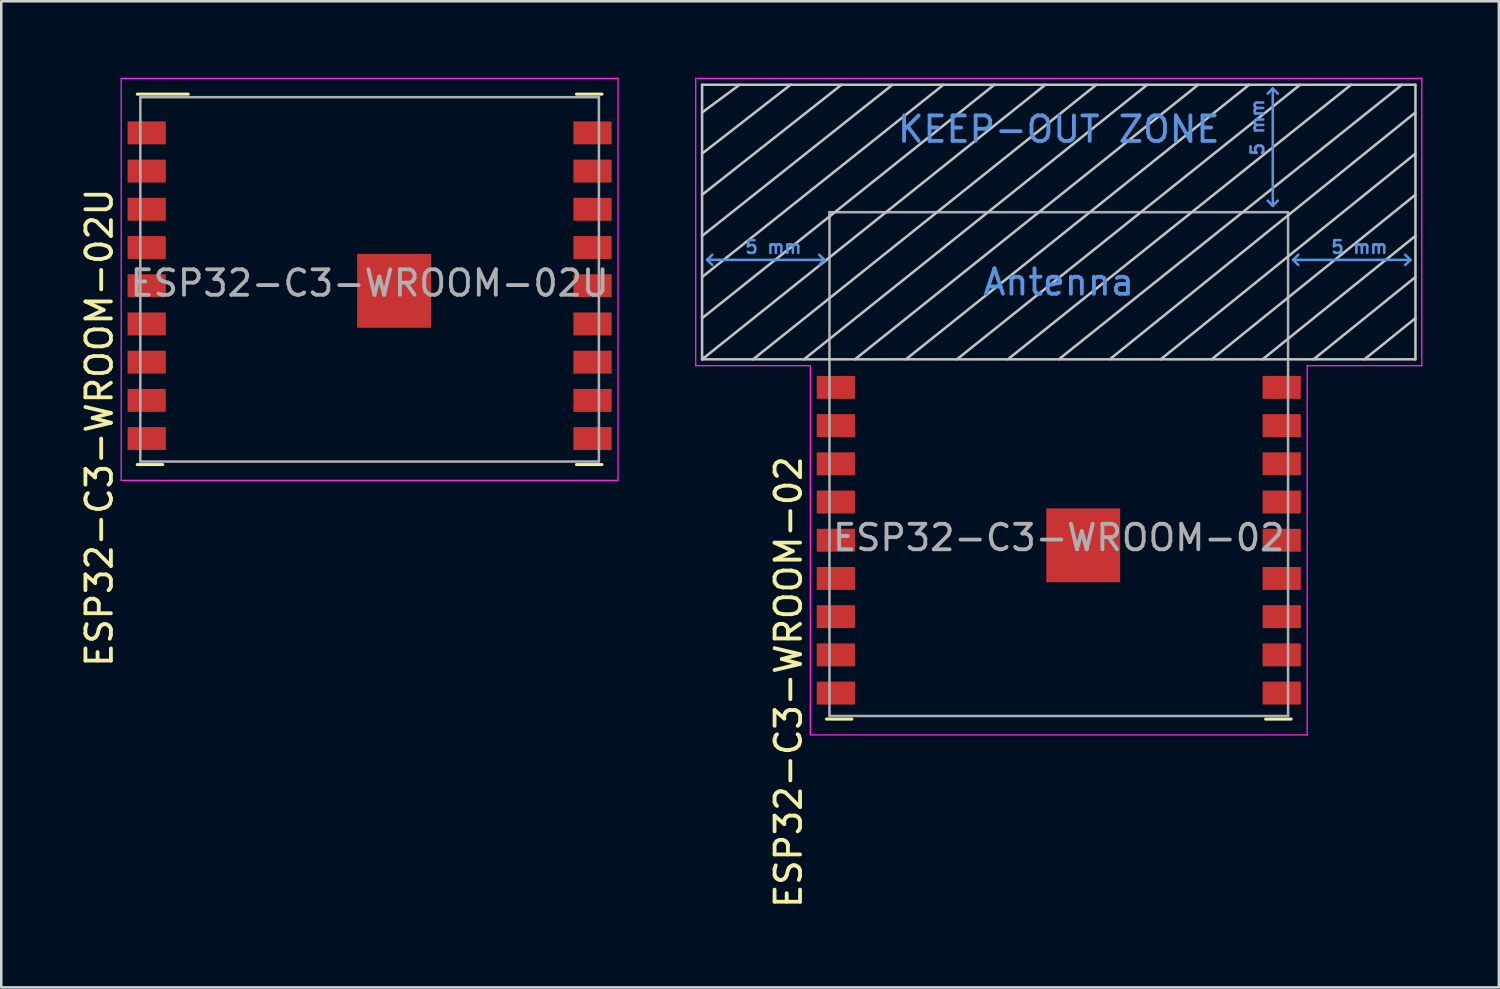
<source format=kicad_pcb>
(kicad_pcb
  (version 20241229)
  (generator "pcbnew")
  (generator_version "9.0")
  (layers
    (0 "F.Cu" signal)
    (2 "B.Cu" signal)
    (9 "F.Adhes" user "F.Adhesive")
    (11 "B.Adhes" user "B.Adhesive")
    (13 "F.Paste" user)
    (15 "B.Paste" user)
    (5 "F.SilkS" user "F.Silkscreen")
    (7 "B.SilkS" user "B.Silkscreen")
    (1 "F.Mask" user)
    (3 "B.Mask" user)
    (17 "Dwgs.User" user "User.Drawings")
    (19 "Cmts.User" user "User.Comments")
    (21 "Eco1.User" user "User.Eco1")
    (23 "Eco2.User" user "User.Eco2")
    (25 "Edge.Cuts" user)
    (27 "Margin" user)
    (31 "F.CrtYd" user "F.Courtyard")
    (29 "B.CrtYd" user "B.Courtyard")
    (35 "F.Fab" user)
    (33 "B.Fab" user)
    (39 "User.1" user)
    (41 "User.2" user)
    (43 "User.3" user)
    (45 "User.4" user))
  (footprint "ESP32-C3-WROOM-02U"
    (layer "F.Cu")
    (at 11.458 8.165)
    (property "Reference" "ESP32-C3-WROOM-02U" (at -10.61 5.57 90) (layer "F.SilkS") (effects (font (size 1 1) (thickness 0.15))))
    (attr smd)
    (fp_line (start -9.12 -7.52) (end -7.12 -7.52) (stroke (width 0.12) (type solid)) (layer "F.SilkS"))
    (fp_line (start -9.12 7.02) (end -8.12 7.02) (stroke (width 0.12) (type solid)) (layer "F.SilkS"))
    (fp_line (start 8.12 -7.52) (end 9.12 -7.52) (stroke (width 0.12) (type solid)) (layer "F.SilkS"))
    (fp_line (start 9.12 7.02) (end 8.12 7.02) (stroke (width 0.12) (type solid)) (layer "F.SilkS"))
    (fp_line (start -9.75 -8.14) (end 9.75 -8.14) (stroke (width 0.05) (type solid)) (layer "F.CrtYd"))
    (fp_line (start -9.75 7.64) (end -9.75 -8.14) (stroke (width 0.05) (type solid)) (layer "F.CrtYd"))
    (fp_line (start -9.75 7.64) (end 9.75 7.64) (stroke (width 0.05) (type solid)) (layer "F.CrtYd"))
    (fp_line (start 9.75 -8.14) (end 9.75 7.64) (stroke (width 0.05) (type solid)) (layer "F.CrtYd"))
    (fp_line (start -9 -7.4) (end -9 6.9) (stroke (width 0.1) (type solid)) (layer "F.Fab"))
    (fp_line (start -9 -7.4) (end 9 -7.4) (stroke (width 0.1) (type solid)) (layer "F.Fab"))
    (fp_line (start -9 6.9) (end 9 6.9) (stroke (width 0.1) (type solid)) (layer "F.Fab"))
    (fp_line (start 9 6.9) (end 9 -7.4) (stroke (width 0.1) (type solid)) (layer "F.Fab"))
    (fp_text user "${REFERENCE}" (at 0 -0.1 0) (layer "F.Fab") (effects (font (size 1 1) (thickness 0.15))))
    (pad "1" smd rect (at -8.75 -6) (size 1.5 0.9) (layers "F.Cu" "F.Mask" "F.Paste"))
    (pad "2" smd rect (at -8.75 -4.5) (size 1.5 0.9) (layers "F.Cu" "F.Mask" "F.Paste"))
    (pad "3" smd rect (at -8.75 -3) (size 1.5 0.9) (layers "F.Cu" "F.Mask" "F.Paste"))
    (pad "4" smd rect (at -8.75 -1.5) (size 1.5 0.9) (layers "F.Cu" "F.Mask" "F.Paste"))
    (pad "5" smd rect (at -8.75 0) (size 1.5 0.9) (layers "F.Cu" "F.Mask" "F.Paste"))
    (pad "6" smd rect (at -8.75 1.5) (size 1.5 0.9) (layers "F.Cu" "F.Mask" "F.Paste"))
    (pad "7" smd rect (at -8.75 3) (size 1.5 0.9) (layers "F.Cu" "F.Mask" "F.Paste"))
    (pad "8" smd rect (at -8.75 4.5) (size 1.5 0.9) (layers "F.Cu" "F.Mask" "F.Paste"))
    (pad "9" smd rect (at -8.75 6) (size 1.5 0.9) (layers "F.Cu" "F.Mask" "F.Paste"))
    (pad "10" smd rect (at 8.75 6) (size 1.5 0.9) (layers "F.Cu" "F.Mask" "F.Paste"))
    (pad "11" smd rect (at 8.75 4.5) (size 1.5 0.9) (layers "F.Cu" "F.Mask" "F.Paste"))
    (pad "12" smd rect (at 8.75 3) (size 1.5 0.9) (layers "F.Cu" "F.Mask" "F.Paste"))
    (pad "13" smd rect (at 8.75 1.5) (size 1.5 0.9) (layers "F.Cu" "F.Mask" "F.Paste"))
    (pad "14" smd rect (at 8.75 0) (size 1.5 0.9) (layers "F.Cu" "F.Mask" "F.Paste"))
    (pad "15" smd rect (at 8.75 -1.5) (size 1.5 0.9) (layers "F.Cu" "F.Mask" "F.Paste"))
    (pad "16" smd rect (at 8.75 -3) (size 1.5 0.9) (layers "F.Cu" "F.Mask" "F.Paste"))
    (pad "17" smd rect (at 8.75 -4.5) (size 1.5 0.9) (layers "F.Cu" "F.Mask" "F.Paste"))
    (pad "18" smd rect (at 8.75 -6) (size 1.5 0.9) (layers "F.Cu" "F.Mask" "F.Paste"))
    (pad "19" smd rect (at 0.96 0.2) (size 2.9 2.9) (layers "F.Cu" "F.Mask" "F.Paste")))
  (footprint "ESP32-C3-WROOM-02"
    (layer "F.Cu")
    (at 38.508 18.155)
    (property "Reference" "ESP32-C3-WROOM-02" (at -10.61 5.57 90) (layer "F.SilkS") (effects (font (size 1 1) (thickness 0.15))))
    (attr smd)
    (fp_line (start -9.12 7.02) (end -8.12 7.02) (stroke (width 0.12) (type solid)) (layer "F.SilkS"))
    (fp_line (start 9.12 7.02) (end 8.12 7.02) (stroke (width 0.12) (type solid)) (layer "F.SilkS"))
    (fp_line (start -14 -7.1) (end -14 -17.88) (stroke (width 0.1) (type solid)) (layer "Dwgs.User"))
    (fp_line (start -12.525 -17.88) (end -14 -16.79) (stroke (width 0.1) (type solid)) (layer "Dwgs.User"))
    (fp_line (start -10.525 -17.88) (end -14 -15.175) (stroke (width 0.1) (type solid)) (layer "Dwgs.User"))
    (fp_line (start -8.525 -17.88) (end -14 -13.56) (stroke (width 0.1) (type solid)) (layer "Dwgs.User"))
    (fp_line (start -8 -7.1) (end 5.475 -17.88) (stroke (width 0.1) (type solid)) (layer "Dwgs.User"))
    (fp_line (start -6.525 -17.88) (end -14 -11.945) (stroke (width 0.1) (type solid)) (layer "Dwgs.User"))
    (fp_line (start -4.525 -17.88) (end -14 -10.33) (stroke (width 0.1) (type solid)) (layer "Dwgs.User"))
    (fp_line (start -2.525 -17.88) (end -14 -8.715) (stroke (width 0.1) (type solid)) (layer "Dwgs.User"))
    (fp_line (start -0.525 -17.88) (end -14 -7.1) (stroke (width 0.1) (type solid)) (layer "Dwgs.User"))
    (fp_line (start 1.475 -17.88) (end -12 -7.1) (stroke (width 0.1) (type solid)) (layer "Dwgs.User"))
    (fp_line (start 3.475 -17.88) (end -10 -7.1) (stroke (width 0.1) (type solid)) (layer "Dwgs.User"))
    (fp_line (start 7.475 -17.88) (end -6 -7.1) (stroke (width 0.1) (type solid)) (layer "Dwgs.User"))
    (fp_line (start 9.475 -17.88) (end -4 -7.1) (stroke (width 0.1) (type solid)) (layer "Dwgs.User"))
    (fp_line (start 11.475 -17.88) (end -2 -7.1) (stroke (width 0.1) (type solid)) (layer "Dwgs.User"))
    (fp_line (start 13.475 -17.88) (end 0 -7.1) (stroke (width 0.1) (type solid)) (layer "Dwgs.User"))
    (fp_line (start 14 -17.88) (end -14 -17.88) (stroke (width 0.1) (type solid)) (layer "Dwgs.User"))
    (fp_line (start 14 -16.79) (end 2 -7.1) (stroke (width 0.1) (type solid)) (layer "Dwgs.User"))
    (fp_line (start 14 -15.175) (end 4 -7.1) (stroke (width 0.1) (type solid)) (layer "Dwgs.User"))
    (fp_line (start 14 -13.56) (end 6 -7.1) (stroke (width 0.1) (type solid)) (layer "Dwgs.User"))
    (fp_line (start 14 -11.945) (end 8 -7.1) (stroke (width 0.1) (type solid)) (layer "Dwgs.User"))
    (fp_line (start 14 -10.33) (end 10 -7.1) (stroke (width 0.1) (type solid)) (layer "Dwgs.User"))
    (fp_line (start 14 -8.715) (end 12 -7.1) (stroke (width 0.1) (type solid)) (layer "Dwgs.User"))
    (fp_line (start 14 -7.1) (end -14 -7.1) (stroke (width 0.1) (type solid)) (layer "Dwgs.User"))
    (fp_line (start 14 -7.1) (end 14 -17.88) (stroke (width 0.1) (type solid)) (layer "Dwgs.User"))
    (fp_line (start -13.8 -11.005) (end -13.6 -11.205) (stroke (width 0.1) (type solid)) (layer "Cmts.User"))
    (fp_line (start -13.8 -11.005) (end -13.6 -10.805) (stroke (width 0.1) (type solid)) (layer "Cmts.User"))
    (fp_line (start -13.8 -11.005) (end -9.2 -11.005) (stroke (width 0.1) (type solid)) (layer "Cmts.User"))
    (fp_line (start -9.2 -11.005) (end -9.4 -11.205) (stroke (width 0.1) (type solid)) (layer "Cmts.User"))
    (fp_line (start -9.2 -11.005) (end -9.4 -10.805) (stroke (width 0.1) (type solid)) (layer "Cmts.User"))
    (fp_line (start 8.4 -17.73) (end 8.2 -17.53) (stroke (width 0.1) (type solid)) (layer "Cmts.User"))
    (fp_line (start 8.4 -17.73) (end 8.6 -17.53) (stroke (width 0.1) (type solid)) (layer "Cmts.User"))
    (fp_line (start 8.4 -13.13) (end 8.2 -13.33) (stroke (width 0.1) (type solid)) (layer "Cmts.User"))
    (fp_line (start 8.4 -13.13) (end 8.4 -17.73) (stroke (width 0.1) (type solid)) (layer "Cmts.User"))
    (fp_line (start 8.4 -13.13) (end 8.6 -13.33) (stroke (width 0.1) (type solid)) (layer "Cmts.User"))
    (fp_line (start 9.2 -11.005) (end 9.4 -11.205) (stroke (width 0.1) (type solid)) (layer "Cmts.User"))
    (fp_line (start 9.2 -11.005) (end 9.4 -10.805) (stroke (width 0.1) (type solid)) (layer "Cmts.User"))
    (fp_line (start 9.2 -11.005) (end 13.8 -11.005) (stroke (width 0.1) (type solid)) (layer "Cmts.User"))
    (fp_line (start 13.8 -11.005) (end 13.6 -11.205) (stroke (width 0.1) (type solid)) (layer "Cmts.User"))
    (fp_line (start 13.8 -11.005) (end 13.6 -10.805) (stroke (width 0.1) (type solid)) (layer "Cmts.User"))
    (fp_line (start -14.25 -18.13) (end -14.25 -6.85) (stroke (width 0.05) (type solid)) (layer "F.CrtYd"))
    (fp_line (start -14.25 -18.13) (end 14.25 -18.13) (stroke (width 0.05) (type solid)) (layer "F.CrtYd"))
    (fp_line (start -14.25 -6.85) (end -9.75 -6.85) (stroke (width 0.05) (type solid)) (layer "F.CrtYd"))
    (fp_line (start -9.75 7.64) (end -9.75 -6.85) (stroke (width 0.05) (type solid)) (layer "F.CrtYd"))
    (fp_line (start -9.75 7.64) (end 9.75 7.64) (stroke (width 0.05) (type solid)) (layer "F.CrtYd"))
    (fp_line (start 9.75 -6.85) (end 9.75 7.64) (stroke (width 0.05) (type solid)) (layer "F.CrtYd"))
    (fp_line (start 9.75 -6.85) (end 14.25 -6.85) (stroke (width 0.05) (type solid)) (layer "F.CrtYd"))
    (fp_line (start 14.25 -18.13) (end 14.25 -6.85) (stroke (width 0.05) (type solid)) (layer "F.CrtYd"))
    (fp_line (start -9 -12.875) (end -9 6.9) (stroke (width 0.1) (type solid)) (layer "F.Fab"))
    (fp_line (start -9 -12.875) (end 9 -12.875) (stroke (width 0.1) (type solid)) (layer "F.Fab"))
    (fp_line (start -9 6.9) (end 9 6.9) (stroke (width 0.1) (type solid)) (layer "F.Fab"))
    (fp_line (start 9 6.9) (end 9 -12.875) (stroke (width 0.1) (type solid)) (layer "F.Fab"))
    (fp_text user "KEEP-OUT ZONE" (at 0 -16.13 0) (layer "Cmts.User") (effects (font (size 1 1) (thickness 0.15))))
    (fp_text user "5 mm" (at 11.8 -11.505 0) (layer "Cmts.User") (effects (font (size 0.5 0.5) (thickness 0.1))))
    (fp_text user "Antenna" (at 0 -10.13 0) (layer "Cmts.User") (effects (font (size 1 1) (thickness 0.15))))
    (fp_text user "5 mm" (at 7.8 -16.205 90) (layer "Cmts.User") (effects (font (size 0.5 0.5) (thickness 0.1))))
    (fp_text user "5 mm" (at -11.2 -11.505 0) (layer "Cmts.User") (effects (font (size 0.5 0.5) (thickness 0.1))))
    (fp_text user "${REFERENCE}" (at 0 -0.1 0) (layer "F.Fab") (effects (font (size 1 1) (thickness 0.15))))
    (pad "1" smd rect (at -8.75 -6) (size 1.5 0.9) (layers "F.Cu" "F.Mask" "F.Paste"))
    (pad "2" smd rect (at -8.75 -4.5) (size 1.5 0.9) (layers "F.Cu" "F.Mask" "F.Paste"))
    (pad "3" smd rect (at -8.75 -3) (size 1.5 0.9) (layers "F.Cu" "F.Mask" "F.Paste"))
    (pad "4" smd rect (at -8.75 -1.5) (size 1.5 0.9) (layers "F.Cu" "F.Mask" "F.Paste"))
    (pad "5" smd rect (at -8.75 0) (size 1.5 0.9) (layers "F.Cu" "F.Mask" "F.Paste"))
    (pad "6" smd rect (at -8.75 1.5) (size 1.5 0.9) (layers "F.Cu" "F.Mask" "F.Paste"))
    (pad "7" smd rect (at -8.75 3) (size 1.5 0.9) (layers "F.Cu" "F.Mask" "F.Paste"))
    (pad "8" smd rect (at -8.75 4.5) (size 1.5 0.9) (layers "F.Cu" "F.Mask" "F.Paste"))
    (pad "9" smd rect (at -8.75 6) (size 1.5 0.9) (layers "F.Cu" "F.Mask" "F.Paste"))
    (pad "10" smd rect (at 8.75 6) (size 1.5 0.9) (layers "F.Cu" "F.Mask" "F.Paste"))
    (pad "11" smd rect (at 8.75 4.5) (size 1.5 0.9) (layers "F.Cu" "F.Mask" "F.Paste"))
    (pad "12" smd rect (at 8.75 3) (size 1.5 0.9) (layers "F.Cu" "F.Mask" "F.Paste"))
    (pad "13" smd rect (at 8.75 1.5) (size 1.5 0.9) (layers "F.Cu" "F.Mask" "F.Paste"))
    (pad "14" smd rect (at 8.75 0) (size 1.5 0.9) (layers "F.Cu" "F.Mask" "F.Paste"))
    (pad "15" smd rect (at 8.75 -1.5) (size 1.5 0.9) (layers "F.Cu" "F.Mask" "F.Paste"))
    (pad "16" smd rect (at 8.75 -3) (size 1.5 0.9) (layers "F.Cu" "F.Mask" "F.Paste"))
    (pad "17" smd rect (at 8.75 -4.5) (size 1.5 0.9) (layers "F.Cu" "F.Mask" "F.Paste"))
    (pad "18" smd rect (at 8.75 -6) (size 1.5 0.9) (layers "F.Cu" "F.Mask" "F.Paste"))
    (pad "19" smd rect (at 0.96 0.2) (size 2.9 2.9) (layers "F.Cu" "F.Mask" "F.Paste")))
  (gr_rect
    (start -3 -3)
    (end 55.783 35.707)
    (stroke (width 0.1) (type default))
    (fill no)
    (layer "Edge.Cuts")))
</source>
